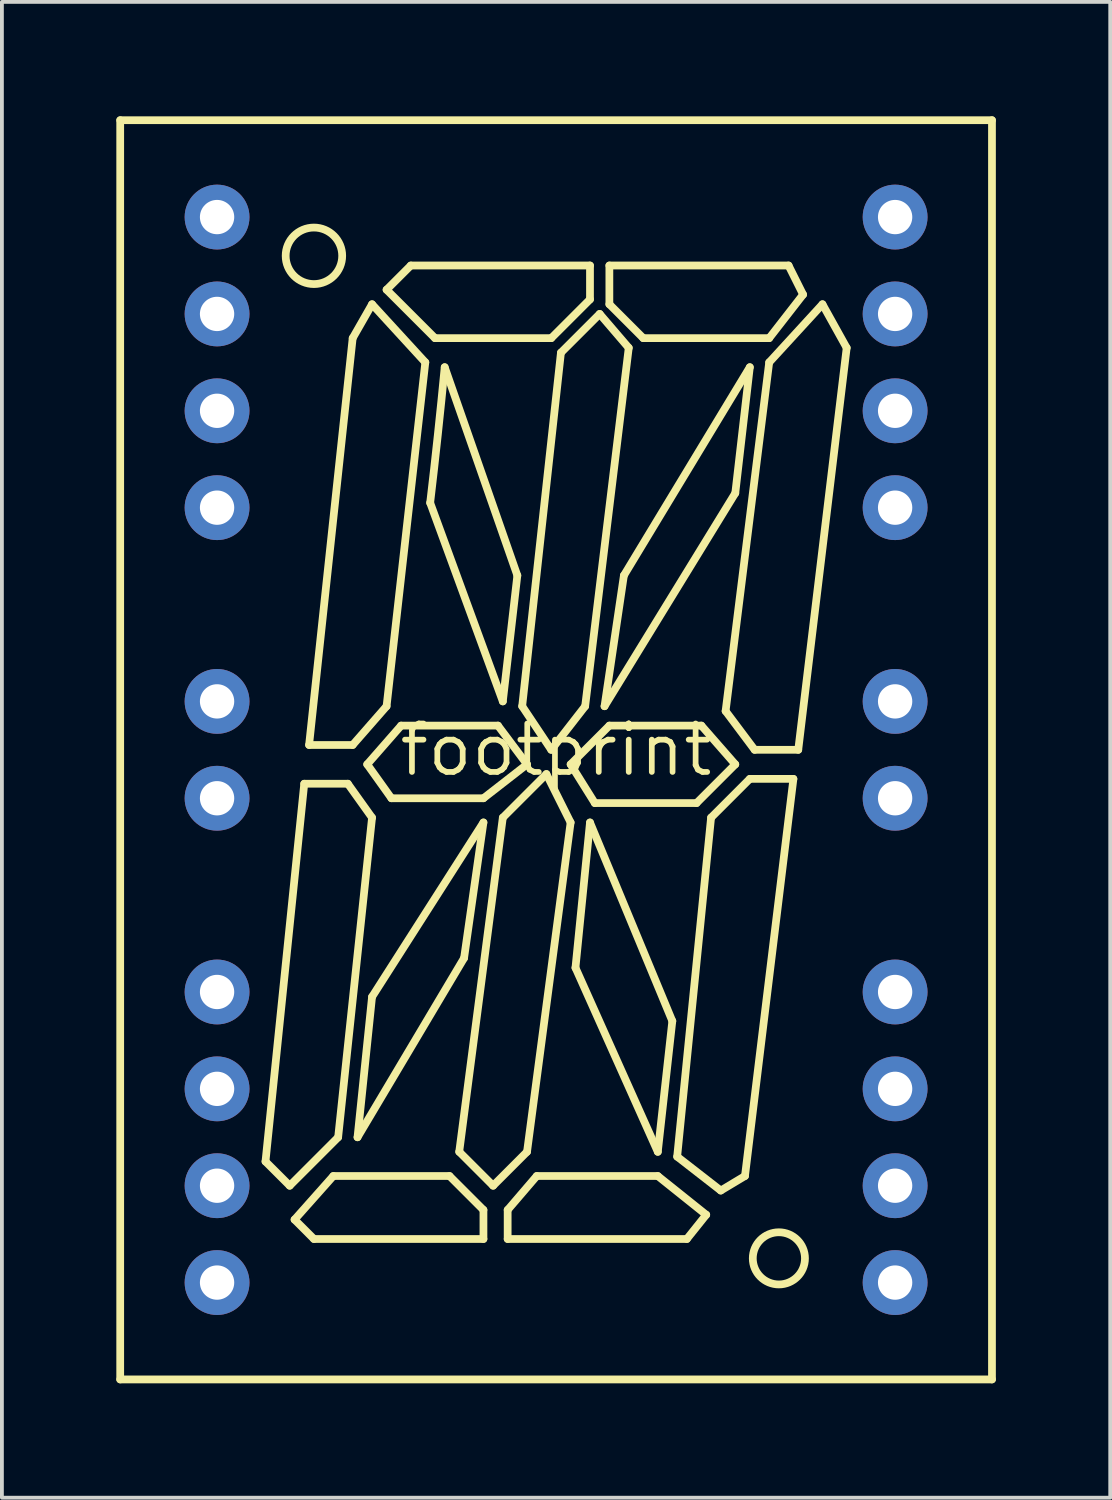
<source format=kicad_pcb>
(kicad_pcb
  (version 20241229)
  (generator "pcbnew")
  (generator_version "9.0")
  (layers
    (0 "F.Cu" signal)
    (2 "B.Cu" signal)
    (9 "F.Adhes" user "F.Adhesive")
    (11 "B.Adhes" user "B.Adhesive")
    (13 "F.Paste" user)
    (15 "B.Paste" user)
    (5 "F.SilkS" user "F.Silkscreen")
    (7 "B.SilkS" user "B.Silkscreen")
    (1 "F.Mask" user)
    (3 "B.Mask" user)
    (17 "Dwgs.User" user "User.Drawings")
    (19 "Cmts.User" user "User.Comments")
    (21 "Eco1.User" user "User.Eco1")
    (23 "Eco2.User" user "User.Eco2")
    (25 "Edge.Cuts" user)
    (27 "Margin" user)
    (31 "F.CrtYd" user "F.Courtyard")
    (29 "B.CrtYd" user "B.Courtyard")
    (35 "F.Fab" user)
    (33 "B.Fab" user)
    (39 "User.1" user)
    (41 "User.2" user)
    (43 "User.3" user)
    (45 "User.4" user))
  (footprint "footprint"
    (layer "F.Cu")
    (at 11.532 16.612)
    (property "Reference" "footprint" (at 0 0 0) (layer "F.SilkS") (effects (font (size 1.27 1.27) (thickness 0.15))))
    (fp_line (start -11.43 -16.51) (end 11.43 -16.51) (stroke (width 0.203) (type solid)) (layer "F.SilkS"))
    (fp_line (start -11.43 16.51) (end -11.43 -16.51) (stroke (width 0.203) (type solid)) (layer "F.SilkS"))
    (fp_line (start -7.62 10.795) (end -6.985 11.43) (stroke (width 0.203) (type solid)) (layer "F.SilkS"))
    (fp_line (start -6.985 11.43) (end -5.715 10.16) (stroke (width 0.203) (type solid)) (layer "F.SilkS"))
    (fp_line (start -6.858 12.319) (end -6.35 12.827) (stroke (width 0.203) (type solid)) (layer "F.SilkS"))
    (fp_line (start -6.604 0.889) (end -7.62 10.795) (stroke (width 0.203) (type solid)) (layer "F.SilkS"))
    (fp_line (start -6.477 -0.127) (end -5.334 -10.795) (stroke (width 0.203) (type solid)) (layer "F.SilkS"))
    (fp_line (start -6.35 12.827) (end -1.905 12.827) (stroke (width 0.203) (type solid)) (layer "F.SilkS"))
    (fp_line (start -5.842 11.176) (end -6.858 12.319) (stroke (width 0.203) (type solid)) (layer "F.SilkS"))
    (fp_line (start -5.715 10.16) (end -4.826 1.778) (stroke (width 0.203) (type solid)) (layer "F.SilkS"))
    (fp_line (start -5.461 0.889) (end -6.604 0.889) (stroke (width 0.203) (type solid)) (layer "F.SilkS"))
    (fp_line (start -5.334 -10.795) (end -4.826 -11.684) (stroke (width 0.203) (type solid)) (layer "F.SilkS"))
    (fp_line (start -5.334 -0.127) (end -6.477 -0.127) (stroke (width 0.203) (type solid)) (layer "F.SilkS"))
    (fp_line (start -5.207 10.16) (end -4.826 6.477) (stroke (width 0.203) (type solid)) (layer "F.SilkS"))
    (fp_line (start -4.953 0.381) (end -4.064 -0.635) (stroke (width 0.203) (type solid)) (layer "F.SilkS"))
    (fp_line (start -4.826 -11.684) (end -3.429 -10.16) (stroke (width 0.203) (type solid)) (layer "F.SilkS"))
    (fp_line (start -4.826 1.778) (end -5.461 0.889) (stroke (width 0.203) (type solid)) (layer "F.SilkS"))
    (fp_line (start -4.826 6.477) (end -1.905 1.905) (stroke (width 0.203) (type solid)) (layer "F.SilkS"))
    (fp_line (start -4.445 -12.065) (end -3.175 -10.795) (stroke (width 0.203) (type solid)) (layer "F.SilkS"))
    (fp_line (start -4.445 -1.143) (end -5.334 -0.127) (stroke (width 0.203) (type solid)) (layer "F.SilkS"))
    (fp_line (start -4.318 1.27) (end -4.953 0.381) (stroke (width 0.203) (type solid)) (layer "F.SilkS"))
    (fp_line (start -4.064 -0.635) (end -1.524 -0.635) (stroke (width 0.203) (type solid)) (layer "F.SilkS"))
    (fp_line (start -3.81 -12.7) (end -4.445 -12.065) (stroke (width 0.203) (type solid)) (layer "F.SilkS"))
    (fp_line (start -3.429 -10.16) (end -4.445 -1.143) (stroke (width 0.203) (type solid)) (layer "F.SilkS"))
    (fp_line (start -3.302 -6.477) (end -1.397 -1.27) (stroke (width 0.203) (type solid)) (layer "F.SilkS"))
    (fp_line (start -3.175 -10.795) (end -0.127 -10.795) (stroke (width 0.203) (type solid)) (layer "F.SilkS"))
    (fp_line (start -2.794 11.176) (end -5.842 11.176) (stroke (width 0.203) (type solid)) (layer "F.SilkS"))
    (fp_line (start -2.54 10.541) (end -1.397 1.778) (stroke (width 0.203) (type solid)) (layer "F.SilkS"))
    (fp_line (start -2.413 5.461) (end -5.207 10.16) (stroke (width 0.203) (type solid)) (layer "F.SilkS"))
    (fp_line (start -1.905 1.27) (end -4.318 1.27) (stroke (width 0.203) (type solid)) (layer "F.SilkS"))
    (fp_line (start -1.905 1.905) (end -2.413 5.461) (stroke (width 0.203) (type solid)) (layer "F.SilkS"))
    (fp_line (start -1.905 12.065) (end -2.794 11.176) (stroke (width 0.203) (type solid)) (layer "F.SilkS"))
    (fp_line (start -1.905 12.827) (end -1.905 12.065) (stroke (width 0.203) (type solid)) (layer "F.SilkS"))
    (fp_line (start -1.651 11.43) (end -2.54 10.541) (stroke (width 0.203) (type solid)) (layer "F.SilkS"))
    (fp_line (start -1.524 -0.635) (end -0.762 0.381) (stroke (width 0.203) (type solid)) (layer "F.SilkS"))
    (fp_line (start -1.397 -1.27) (end -1.016 -4.572) (stroke (width 0.203) (type solid)) (layer "F.SilkS"))
    (fp_line (start -1.397 1.778) (end -0.254 0.635) (stroke (width 0.203) (type solid)) (layer "F.SilkS"))
    (fp_line (start -1.27 12.065) (end -1.27 12.827) (stroke (width 0.203) (type solid)) (layer "F.SilkS"))
    (fp_line (start -1.27 12.827) (end 3.429 12.827) (stroke (width 0.203) (type solid)) (layer "F.SilkS"))
    (fp_line (start -1.016 -4.572) (end -2.921 -10.033) (stroke (width 0.203) (type solid)) (layer "F.SilkS"))
    (fp_line (start -0.889 -1.143) (end 0.127 -10.414) (stroke (width 0.203) (type solid)) (layer "F.SilkS"))
    (fp_line (start -0.762 0.381) (end -1.905 1.27) (stroke (width 0.203) (type solid)) (layer "F.SilkS"))
    (fp_line (start -0.762 10.541) (end -1.651 11.43) (stroke (width 0.203) (type solid)) (layer "F.SilkS"))
    (fp_line (start -0.508 11.176) (end -1.27 12.065) (stroke (width 0.203) (type solid)) (layer "F.SilkS"))
    (fp_line (start -0.254 0.635) (end 0.381 1.905) (stroke (width 0.203) (type solid)) (layer "F.SilkS"))
    (fp_line (start -0.127 -10.795) (end 0.889 -11.811) (stroke (width 0.203) (type solid)) (layer "F.SilkS"))
    (fp_line (start -0.127 0) (end -0.889 -1.143) (stroke (width 0.203) (type solid)) (layer "F.SilkS"))
    (fp_line (start 0.127 -10.414) (end 1.143 -11.43) (stroke (width 0.203) (type solid)) (layer "F.SilkS"))
    (fp_line (start 0.381 0.381) (end 1.397 -0.635) (stroke (width 0.203) (type solid)) (layer "F.SilkS"))
    (fp_line (start 0.381 1.905) (end -0.762 10.541) (stroke (width 0.203) (type solid)) (layer "F.SilkS"))
    (fp_line (start 0.508 5.715) (end 0.889 1.905) (stroke (width 0.203) (type solid)) (layer "F.SilkS"))
    (fp_line (start 0.762 -1.143) (end -0.127 0) (stroke (width 0.203) (type solid)) (layer "F.SilkS"))
    (fp_line (start 0.889 -12.7) (end -3.81 -12.7) (stroke (width 0.203) (type solid)) (layer "F.SilkS"))
    (fp_line (start 0.889 -11.811) (end 0.889 -12.7) (stroke (width 0.203) (type solid)) (layer "F.SilkS"))
    (fp_line (start 0.889 1.905) (end 3.048 7.112) (stroke (width 0.203) (type solid)) (layer "F.SilkS"))
    (fp_line (start 1.016 1.397) (end 0.381 0.381) (stroke (width 0.203) (type solid)) (layer "F.SilkS"))
    (fp_line (start 1.143 -11.43) (end 1.905 -10.541) (stroke (width 0.203) (type solid)) (layer "F.SilkS"))
    (fp_line (start 1.27 -1.143) (end 1.778 -4.572) (stroke (width 0.203) (type solid)) (layer "F.SilkS"))
    (fp_line (start 1.397 -12.7) (end 1.397 -11.684) (stroke (width 0.203) (type solid)) (layer "F.SilkS"))
    (fp_line (start 1.397 -11.684) (end 2.286 -10.795) (stroke (width 0.203) (type solid)) (layer "F.SilkS"))
    (fp_line (start 1.397 -0.635) (end 3.81 -0.635) (stroke (width 0.203) (type solid)) (layer "F.SilkS"))
    (fp_line (start 1.778 -4.572) (end 5.08 -10.033) (stroke (width 0.203) (type solid)) (layer "F.SilkS"))
    (fp_line (start 1.905 -10.541) (end 0.762 -1.143) (stroke (width 0.203) (type solid)) (layer "F.SilkS"))
    (fp_line (start 2.286 -10.795) (end 5.588 -10.795) (stroke (width 0.203) (type solid)) (layer "F.SilkS"))
    (fp_line (start 2.667 10.541) (end 0.508 5.715) (stroke (width 0.203) (type solid)) (layer "F.SilkS"))
    (fp_line (start 2.667 11.176) (end -0.508 11.176) (stroke (width 0.203) (type solid)) (layer "F.SilkS"))
    (fp_line (start 3.048 7.112) (end 2.667 10.541) (stroke (width 0.203) (type solid)) (layer "F.SilkS"))
    (fp_line (start 3.175 10.668) (end 4.064 1.778) (stroke (width 0.203) (type solid)) (layer "F.SilkS"))
    (fp_line (start 3.429 12.827) (end 3.937 12.192) (stroke (width 0.203) (type solid)) (layer "F.SilkS"))
    (fp_line (start 3.683 1.397) (end 1.016 1.397) (stroke (width 0.203) (type solid)) (layer "F.SilkS"))
    (fp_line (start 3.81 -0.635) (end 4.699 0.381) (stroke (width 0.203) (type solid)) (layer "F.SilkS"))
    (fp_line (start 3.937 12.192) (end 2.667 11.176) (stroke (width 0.203) (type solid)) (layer "F.SilkS"))
    (fp_line (start 4.064 1.778) (end 5.08 0.762) (stroke (width 0.203) (type solid)) (layer "F.SilkS"))
    (fp_line (start 4.318 11.557) (end 3.175 10.668) (stroke (width 0.203) (type solid)) (layer "F.SilkS"))
    (fp_line (start 4.445 -1.016) (end 5.207 0) (stroke (width 0.203) (type solid)) (layer "F.SilkS"))
    (fp_line (start 4.699 -6.731) (end 1.27 -1.143) (stroke (width 0.203) (type solid)) (layer "F.SilkS"))
    (fp_line (start 4.699 0.381) (end 3.683 1.397) (stroke (width 0.203) (type solid)) (layer "F.SilkS"))
    (fp_line (start 4.953 11.176) (end 4.318 11.557) (stroke (width 0.203) (type solid)) (layer "F.SilkS"))
    (fp_line (start 5.08 -10.033) (end 4.699 -6.731) (stroke (width 0.203) (type solid)) (layer "F.SilkS"))
    (fp_line (start 5.08 0.762) (end 6.223 0.762) (stroke (width 0.203) (type solid)) (layer "F.SilkS"))
    (fp_line (start 5.207 0) (end 6.35 0) (stroke (width 0.203) (type solid)) (layer "F.SilkS"))
    (fp_line (start 5.588 -10.795) (end 6.477 -11.938) (stroke (width 0.203) (type solid)) (layer "F.SilkS"))
    (fp_line (start 5.588 -10.16) (end 4.445 -1.016) (stroke (width 0.203) (type solid)) (layer "F.SilkS"))
    (fp_line (start 6.096 -12.7) (end 1.397 -12.7) (stroke (width 0.203) (type solid)) (layer "F.SilkS"))
    (fp_line (start 6.223 0.762) (end 4.953 11.176) (stroke (width 0.203) (type solid)) (layer "F.SilkS"))
    (fp_line (start 6.35 0) (end 7.62 -10.541) (stroke (width 0.203) (type solid)) (layer "F.SilkS"))
    (fp_line (start 6.477 -11.938) (end 6.096 -12.7) (stroke (width 0.203) (type solid)) (layer "F.SilkS"))
    (fp_line (start 6.985 -11.684) (end 5.588 -10.16) (stroke (width 0.203) (type solid)) (layer "F.SilkS"))
    (fp_line (start 7.62 -10.541) (end 6.985 -11.684) (stroke (width 0.203) (type solid)) (layer "F.SilkS"))
    (fp_line (start 11.43 -16.51) (end 11.43 16.51) (stroke (width 0.203) (type solid)) (layer "F.SilkS"))
    (fp_line (start 11.43 16.51) (end -11.43 16.51) (stroke (width 0.203) (type solid)) (layer "F.SilkS"))
    (fp_arc (start -2.921 -10.033) (mid -3.101731 -8.253953) (end -3.302 -6.477) (stroke (width 0.2032) (type solid)) (layer "F.SilkS"))
    (fp_circle (center -6.35 -12.954) (end -5.609 -12.954) (stroke (width 0.203) (type solid)) (fill no) (layer "F.SilkS"))
    (fp_circle (center 5.842 13.335) (end 6.526 13.335) (stroke (width 0.203) (type solid)) (fill no) (layer "F.SilkS"))
    (pad "1" thru_hole circle (at -8.89 -13.97) (size 1.7 1.7) (drill 0.9) (layers "*.Cu" "*.Mask"))
    (pad "2" thru_hole circle (at -8.89 -11.43) (size 1.7 1.7) (drill 0.9) (layers "*.Cu" "*.Mask"))
    (pad "3" thru_hole circle (at -8.89 -8.89) (size 1.7 1.7) (drill 0.9) (layers "*.Cu" "*.Mask"))
    (pad "4" thru_hole circle (at -8.89 -6.35) (size 1.7 1.7) (drill 0.9) (layers "*.Cu" "*.Mask"))
    (pad "6" thru_hole circle (at -8.89 -1.27) (size 1.7 1.7) (drill 0.9) (layers "*.Cu" "*.Mask"))
    (pad "7" thru_hole circle (at -8.89 1.27) (size 1.7 1.7) (drill 0.9) (layers "*.Cu" "*.Mask"))
    (pad "9" thru_hole circle (at -8.89 6.35) (size 1.7 1.7) (drill 0.9) (layers "*.Cu" "*.Mask"))
    (pad "10" thru_hole circle (at -8.89 8.89) (size 1.7 1.7) (drill 0.9) (layers "*.Cu" "*.Mask"))
    (pad "11" thru_hole circle (at -8.89 11.43) (size 1.7 1.7) (drill 0.9) (layers "*.Cu" "*.Mask"))
    (pad "12" thru_hole circle (at -8.89 13.97) (size 1.7 1.7) (drill 0.9) (layers "*.Cu" "*.Mask"))
    (pad "13" thru_hole circle (at 8.89 13.97 180) (size 1.7 1.7) (drill 0.9) (layers "*.Cu" "*.Mask"))
    (pad "14" thru_hole circle (at 8.89 11.43 180) (size 1.7 1.7) (drill 0.9) (layers "*.Cu" "*.Mask"))
    (pad "15" thru_hole circle (at 8.89 8.89 180) (size 1.7 1.7) (drill 0.9) (layers "*.Cu" "*.Mask"))
    (pad "16" thru_hole circle (at 8.89 6.35 180) (size 1.7 1.7) (drill 0.9) (layers "*.Cu" "*.Mask"))
    (pad "18" thru_hole circle (at 8.89 1.27 180) (size 1.7 1.7) (drill 0.9) (layers "*.Cu" "*.Mask"))
    (pad "19" thru_hole circle (at 8.89 -1.27 180) (size 1.7 1.7) (drill 0.9) (layers "*.Cu" "*.Mask"))
    (pad "21" thru_hole circle (at 8.89 -6.35 180) (size 1.7 1.7) (drill 0.9) (layers "*.Cu" "*.Mask"))
    (pad "22" thru_hole circle (at 8.89 -8.89 180) (size 1.7 1.7) (drill 0.9) (layers "*.Cu" "*.Mask"))
    (pad "23" thru_hole circle (at 8.89 -11.43 180) (size 1.7 1.7) (drill 0.9) (layers "*.Cu" "*.Mask"))
    (pad "24" thru_hole circle (at 8.89 -13.97 180) (size 1.7 1.7) (drill 0.9) (layers "*.Cu" "*.Mask")))
  (gr_rect
    (start -3 -3)
    (end 26.063 36.223)
    (stroke (width 0.1) (type default))
    (fill no)
    (layer "Edge.Cuts")))
</source>
